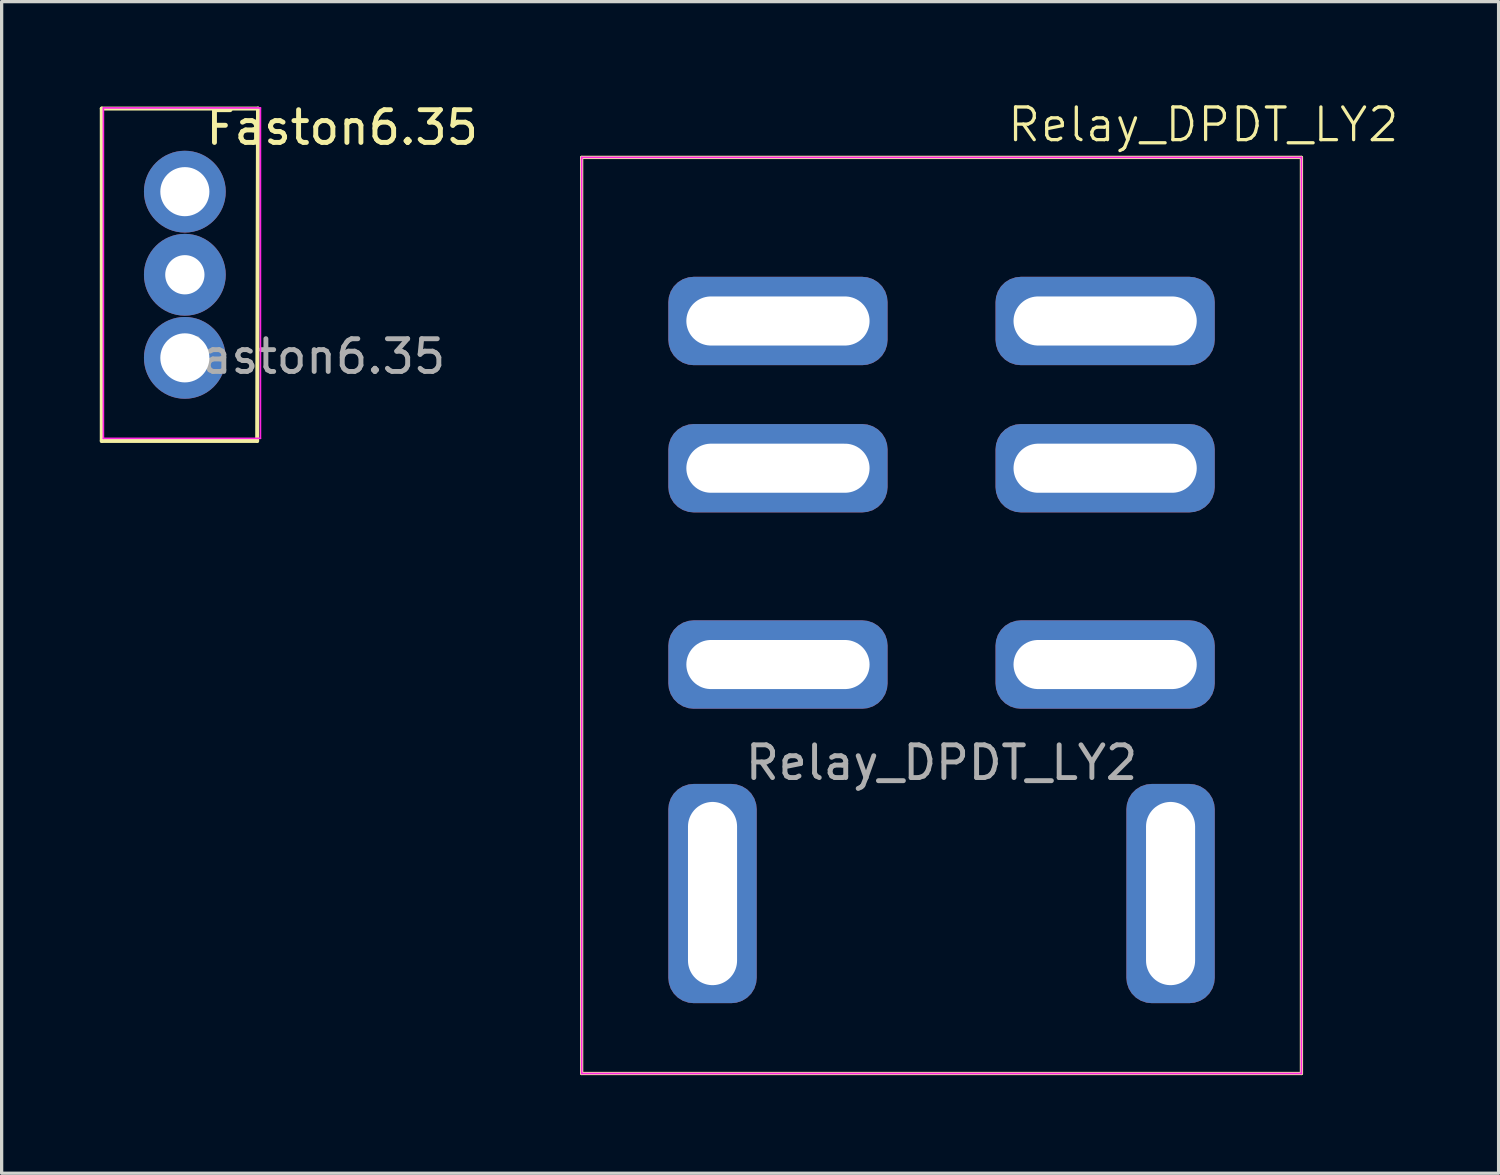
<source format=kicad_pcb>
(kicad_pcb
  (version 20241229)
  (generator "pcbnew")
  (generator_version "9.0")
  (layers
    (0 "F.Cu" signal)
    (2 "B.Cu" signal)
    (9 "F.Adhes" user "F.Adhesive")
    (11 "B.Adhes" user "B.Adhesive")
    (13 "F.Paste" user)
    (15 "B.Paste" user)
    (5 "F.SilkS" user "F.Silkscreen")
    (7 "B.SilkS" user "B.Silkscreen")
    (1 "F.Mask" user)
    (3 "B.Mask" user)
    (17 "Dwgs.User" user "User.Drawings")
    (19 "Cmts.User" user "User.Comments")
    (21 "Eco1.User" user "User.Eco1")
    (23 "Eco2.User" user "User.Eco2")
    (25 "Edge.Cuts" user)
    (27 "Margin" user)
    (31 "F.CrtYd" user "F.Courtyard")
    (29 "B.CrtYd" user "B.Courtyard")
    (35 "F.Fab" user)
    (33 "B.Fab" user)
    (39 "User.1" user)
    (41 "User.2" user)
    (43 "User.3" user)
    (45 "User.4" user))
  (footprint "Relay_DPDT_LY2"
    (layer "F.Cu")
    (at 25.728 15.761)
    (property "Reference" "Relay_DPDT_LY2" (at 8 -15 0) (unlocked yes) (layer "F.SilkS") (effects (font (size 1 1) (thickness 0.1))))
    (attr through_hole)
    (fp_line (start -11 -14) (end 11 -14) (stroke (width 0.1) (type default)) (layer "F.SilkS"))
    (fp_line (start -11 14) (end -11 -14) (stroke (width 0.1) (type default)) (layer "F.SilkS"))
    (fp_line (start 11 -14) (end 11 14) (stroke (width 0.1) (type default)) (layer "F.SilkS"))
    (fp_line (start 11 14) (end -11 14) (stroke (width 0.1) (type default)) (layer "F.SilkS"))
    (fp_line (start -11 -14) (end 11 -14) (stroke (width 0.05) (type default)) (layer "F.CrtYd"))
    (fp_line (start -11 14) (end -11 -14) (stroke (width 0.05) (type default)) (layer "F.CrtYd"))
    (fp_line (start 11 -14) (end 11 14) (stroke (width 0.05) (type default)) (layer "F.CrtYd"))
    (fp_line (start 11 14) (end -11 14) (stroke (width 0.05) (type default)) (layer "F.CrtYd"))
    (fp_text user "${REFERENCE}" (at 0 4.5 0) (unlocked yes) (layer "F.Fab") (effects (font (size 1 1) (thickness 0.15))))
    (pad "11" thru_hole roundrect (at -5 1.5 90) (size 2.7 6.7) (drill oval 1.5 5.6) (layers "*.Cu" "*.Mask") (roundrect_rratio 0.286))
    (pad "12" thru_hole roundrect (at -5 -9 90) (size 2.7 6.7) (drill oval 1.5 5.6) (layers "*.Cu" "*.Mask") (roundrect_rratio 0.286))
    (pad "14" thru_hole roundrect (at -5 -4.5 90) (size 2.7 6.7) (drill oval 1.5 5.6) (layers "*.Cu" "*.Mask") (roundrect_rratio 0.286))
    (pad "21" thru_hole roundrect (at 5 1.5 90) (size 2.7 6.7) (drill oval 1.5 5.6) (layers "*.Cu" "*.Mask") (roundrect_rratio 0.286))
    (pad "22" thru_hole roundrect (at 5 -9 90) (size 2.7 6.7) (drill oval 1.5 5.6) (layers "*.Cu" "*.Mask") (roundrect_rratio 0.286))
    (pad "24" thru_hole roundrect (at 5 -4.5 90) (size 2.7 6.7) (drill oval 1.5 5.6) (layers "*.Cu" "*.Mask") (roundrect_rratio 0.286))
    (pad "A1" thru_hole roundrect (at -7 8.5) (size 2.7 6.7) (drill oval 1.5 5.6) (layers "*.Cu" "*.Mask") (roundrect_rratio 0.286))
    (pad "A2" thru_hole roundrect (at 7 8.5) (size 2.7 6.7) (drill oval 1.5 5.6) (layers "*.Cu" "*.Mask") (roundrect_rratio 0.286)))
  (footprint "Faston6.35"
    (layer "F.Cu")
    (at 2.61 5.348)
    (property "Reference" "Faston6.35" (at 4.8 -4.5 0) (unlocked yes) (layer "F.SilkS") (effects (font (size 1 1) (thickness 0.15))))
    (attr through_hole)
    (fp_line (start -2.55 -5.08) (end 2.225 -5.08) (stroke (width 0.12) (type default)) (layer "F.SilkS"))
    (fp_line (start -2.55 5.08) (end -2.55 -5.08) (stroke (width 0.12) (type default)) (layer "F.SilkS"))
    (fp_line (start 2.2 5.08) (end -2.55 5.08) (stroke (width 0.12) (type default)) (layer "F.SilkS"))
    (fp_line (start 2.225 -5.08) (end 2.2 5.08) (stroke (width 0.12) (type default)) (layer "F.SilkS"))
    (fp_line (start -2.5 -5.1) (end 2.3 -5.1) (stroke (width 0.05) (type default)) (layer "F.CrtYd"))
    (fp_line (start -2.5 5) (end -2.5 -5.1) (stroke (width 0.05) (type default)) (layer "F.CrtYd"))
    (fp_line (start 2.3 -5.1) (end 2.3 5) (stroke (width 0.05) (type default)) (layer "F.CrtYd"))
    (fp_line (start 2.3 5) (end -2.5 5) (stroke (width 0.05) (type default)) (layer "F.CrtYd"))
    (fp_text user "${REFERENCE}" (at 3.8 2.5 0) (unlocked yes) (layer "F.Fab") (effects (font (size 1 1) (thickness 0.15))))
    (pad "1" thru_hole circle (at -0.01 -2.54) (size 2.5 2.5) (drill 1.5) (layers "*.Cu" "*.Mask"))
    (pad "1" thru_hole circle (at -0.01 0) (size 2.5 2.5) (drill 1.2) (layers "*.Cu" "*.Mask"))
    (pad "1" thru_hole circle (at -0.01 2.54) (size 2.5 2.5) (drill 1.5) (layers "*.Cu" "*.Mask")))
  (gr_rect
    (start -3 -3)
    (end 42.754 32.81)
    (stroke (width 0.1) (type default))
    (fill no)
    (layer "Edge.Cuts")))
</source>
